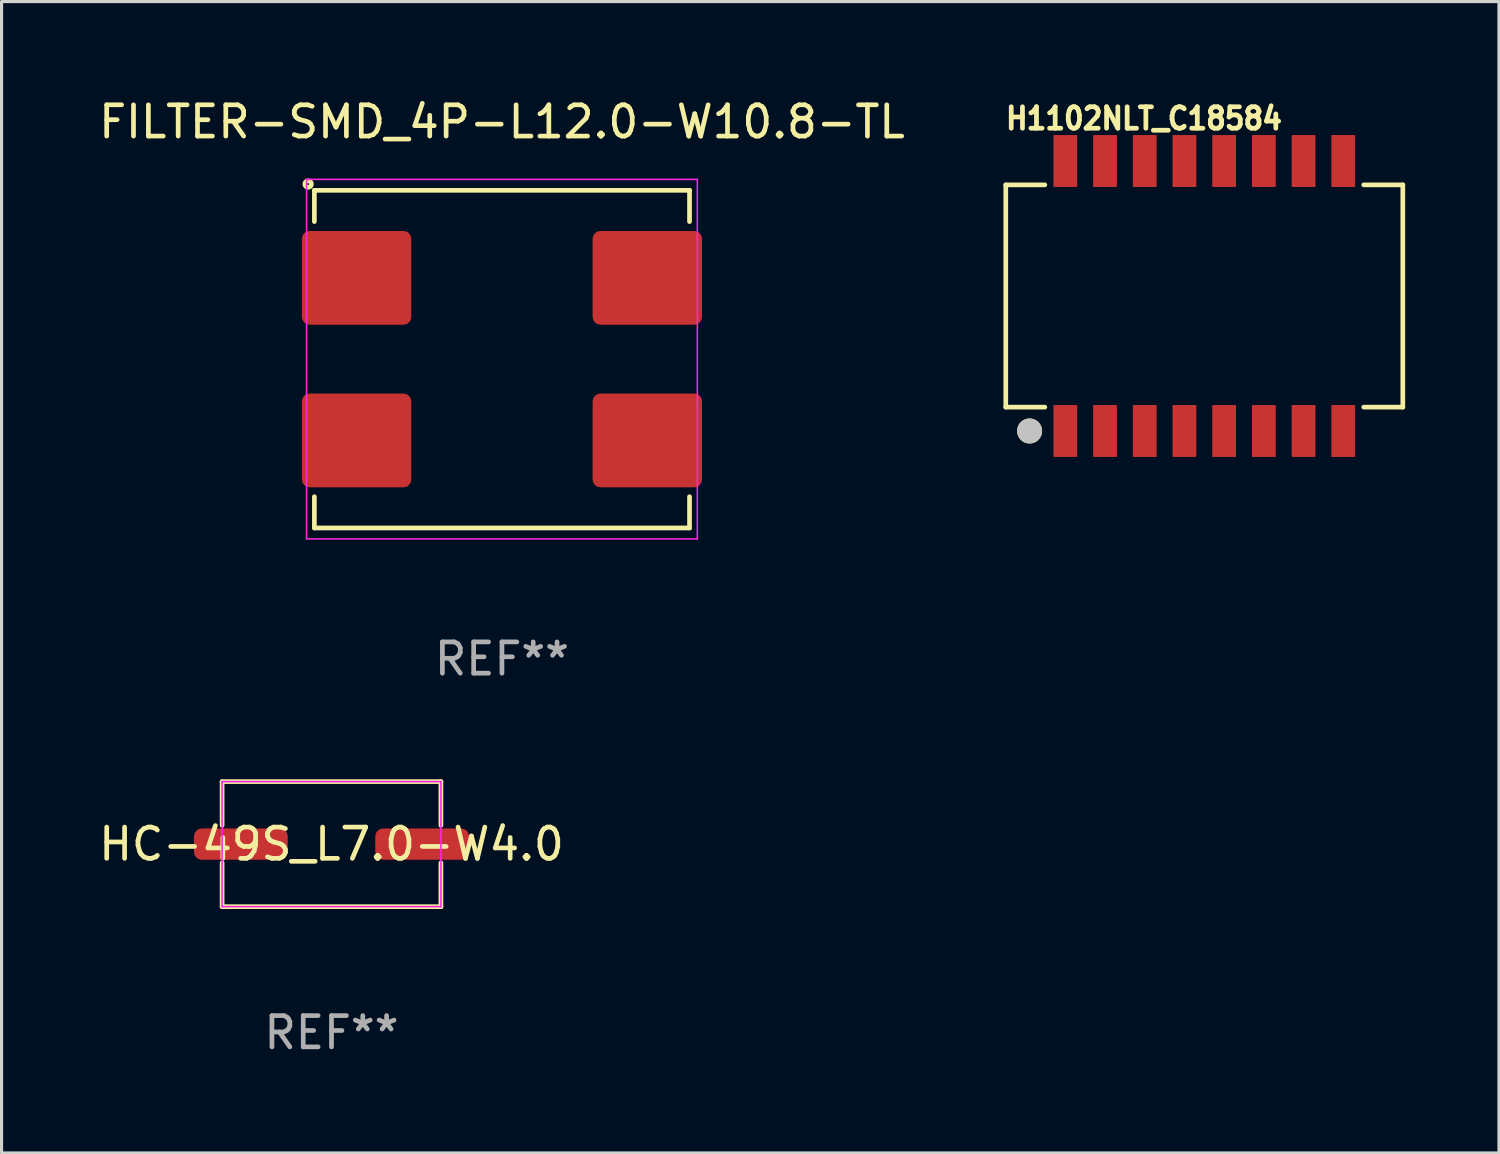
<source format=kicad_pcb>
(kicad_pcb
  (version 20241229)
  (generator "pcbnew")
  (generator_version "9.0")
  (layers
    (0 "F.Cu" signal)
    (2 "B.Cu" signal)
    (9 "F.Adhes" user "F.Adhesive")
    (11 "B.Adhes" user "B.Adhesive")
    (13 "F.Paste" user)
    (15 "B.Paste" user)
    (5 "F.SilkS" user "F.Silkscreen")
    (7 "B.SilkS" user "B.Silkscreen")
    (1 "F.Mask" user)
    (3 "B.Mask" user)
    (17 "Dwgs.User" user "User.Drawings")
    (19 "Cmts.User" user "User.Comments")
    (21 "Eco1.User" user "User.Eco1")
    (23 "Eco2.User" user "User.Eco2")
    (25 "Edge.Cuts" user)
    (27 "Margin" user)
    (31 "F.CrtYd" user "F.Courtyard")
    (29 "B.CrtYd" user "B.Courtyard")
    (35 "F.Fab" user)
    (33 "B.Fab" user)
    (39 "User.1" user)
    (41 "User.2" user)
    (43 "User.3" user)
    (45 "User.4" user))
  (footprint "HC-49S_L7.0-W4.0"
    (layer "F.Cu")
    (at 7.554 23.951)
    (property "Reference" "HC-49S_L7.0-W4.0" (at 0 0 0) (layer "F.SilkS") (effects (font (size 1 1) (thickness 0.15))))
    (attr smd)
    (fp_line (start -3.5 -2) (end 3.5 -2) (stroke (width 0.15) (type default)) (layer "F.SilkS"))
    (fp_line (start -3.5 -0.6) (end -3.5 -2) (stroke (width 0.15) (type default)) (layer "F.SilkS"))
    (fp_line (start -3.5 2) (end -3.5 0.6) (stroke (width 0.15) (type default)) (layer "F.SilkS"))
    (fp_line (start 3.5 -2) (end 3.5 -0.6) (stroke (width 0.15) (type default)) (layer "F.SilkS"))
    (fp_line (start 3.5 0.6) (end 3.5 2) (stroke (width 0.15) (type default)) (layer "F.SilkS"))
    (fp_line (start 3.5 2) (end -3.5 2) (stroke (width 0.15) (type default)) (layer "F.SilkS"))
    (fp_line (start -3.5 -2) (end 3.5 -2) (stroke (width 0.05) (type default)) (layer "F.CrtYd"))
    (fp_line (start -3.5 2) (end -3.5 -2) (stroke (width 0.05) (type default)) (layer "F.CrtYd"))
    (fp_line (start 3.5 -2) (end 3.5 2) (stroke (width 0.05) (type default)) (layer "F.CrtYd"))
    (fp_line (start 3.5 2) (end -3.5 2) (stroke (width 0.05) (type default)) (layer "F.CrtYd"))
    (fp_text user "REF**" (at 0 6.03 0) (layer "F.Fab") (effects (font (size 1 1) (thickness 0.15))))
    (pad "1" smd roundrect (at -2.9 0) (size 3 1) (layers "F.Cu" "F.Mask" "F.Paste") (roundrect_rratio 0.25))
    (pad "2" smd roundrect (at 2.9 0) (size 3 1) (layers "F.Cu" "F.Mask" "F.Paste") (roundrect_rratio 0.25)))
  (footprint "H1102NLT_C18584"
    (layer "F.Cu")
    (at 35.472 6.418)
    (property "Reference" "H1102NLT_C18584" (at -6.425 -5.275 0) (layer "F.SilkS") (effects (font (size 0.686 0.628) (thickness 0.152)) (justify left bottom)))
    (fp_line (start -6.35 3.555) (end -6.35 -3.555) (stroke (width 0.15) (type default)) (layer "F.SilkS"))
    (fp_line (start -5.1 -3.555) (end -6.35 -3.555) (stroke (width 0.15) (type default)) (layer "F.SilkS"))
    (fp_line (start -5.1 3.555) (end -6.35 3.555) (stroke (width 0.15) (type default)) (layer "F.SilkS"))
    (fp_line (start 6.35 -3.555) (end 5.1 -3.555) (stroke (width 0.15) (type default)) (layer "F.SilkS"))
    (fp_line (start 6.35 3.555) (end 5.1 3.555) (stroke (width 0.15) (type default)) (layer "F.SilkS"))
    (fp_line (start 6.35 3.555) (end 6.35 -3.555) (stroke (width 0.15) (type default)) (layer "F.SilkS"))
    (fp_circle (center -5.588 4.318) (end -5.388 4.318) (stroke (width 0.4) (type default)) (fill no) (layer "F.SilkS"))
    (fp_circle (center -5.588 4.318) (end -5.388 4.318) (stroke (width 0.4) (type default)) (fill no) (layer "Dwgs.User"))
    (fp_poly (pts (xy -4.7 -4.005) (xy -4.7 -4.765) (xy -4.19 -4.765) (xy -4.19 -4.005)) (stroke (width 0.1) (type default)) (fill no) (layer "User.1"))
    (fp_poly (pts (xy -4.7 -3.545) (xy -4.7 -4.015) (xy -4.19 -4.015) (xy -4.19 -3.545)) (stroke (width 0.1) (type default)) (fill no) (layer "User.1"))
    (fp_poly (pts (xy -4.7 4.015) (xy -4.7 3.545) (xy -4.19 3.545) (xy -4.19 4.015)) (stroke (width 0.1) (type default)) (fill no) (layer "User.1"))
    (fp_poly (pts (xy -4.7 4.765) (xy -4.7 4.005) (xy -4.19 4.005) (xy -4.19 4.765)) (stroke (width 0.1) (type default)) (fill no) (layer "User.1"))
    (fp_poly (pts (xy -3.43 -4.005) (xy -3.43 -4.765) (xy -2.92 -4.765) (xy -2.92 -4.005)) (stroke (width 0.1) (type default)) (fill no) (layer "User.1"))
    (fp_poly (pts (xy -3.43 -3.545) (xy -3.43 -4.015) (xy -2.92 -4.015) (xy -2.92 -3.545)) (stroke (width 0.1) (type default)) (fill no) (layer "User.1"))
    (fp_poly (pts (xy -3.43 4.015) (xy -3.43 3.545) (xy -2.92 3.545) (xy -2.92 4.015)) (stroke (width 0.1) (type default)) (fill no) (layer "User.1"))
    (fp_poly (pts (xy -3.43 4.765) (xy -3.43 4.005) (xy -2.92 4.005) (xy -2.92 4.765)) (stroke (width 0.1) (type default)) (fill no) (layer "User.1"))
    (fp_poly (pts (xy -2.16 -4.005) (xy -2.16 -4.765) (xy -1.65 -4.765) (xy -1.65 -4.005)) (stroke (width 0.1) (type default)) (fill no) (layer "User.1"))
    (fp_poly (pts (xy -2.16 -3.545) (xy -2.16 -4.015) (xy -1.65 -4.015) (xy -1.65 -3.545)) (stroke (width 0.1) (type default)) (fill no) (layer "User.1"))
    (fp_poly (pts (xy -2.16 4.015) (xy -2.16 3.545) (xy -1.65 3.545) (xy -1.65 4.015)) (stroke (width 0.1) (type default)) (fill no) (layer "User.1"))
    (fp_poly (pts (xy -2.16 4.765) (xy -2.16 4.005) (xy -1.65 4.005) (xy -1.65 4.765)) (stroke (width 0.1) (type default)) (fill no) (layer "User.1"))
    (fp_poly (pts (xy -0.89 -4.005) (xy -0.89 -4.765) (xy -0.38 -4.765) (xy -0.38 -4.005)) (stroke (width 0.1) (type default)) (fill no) (layer "User.1"))
    (fp_poly (pts (xy -0.89 -3.545) (xy -0.89 -4.015) (xy -0.38 -4.015) (xy -0.38 -3.545)) (stroke (width 0.1) (type default)) (fill no) (layer "User.1"))
    (fp_poly (pts (xy -0.89 4.015) (xy -0.89 3.545) (xy -0.38 3.545) (xy -0.38 4.015)) (stroke (width 0.1) (type default)) (fill no) (layer "User.1"))
    (fp_poly (pts (xy -0.89 4.765) (xy -0.89 4.005) (xy -0.38 4.005) (xy -0.38 4.765)) (stroke (width 0.1) (type default)) (fill no) (layer "User.1"))
    (fp_poly (pts (xy 0.38 -4.005) (xy 0.38 -4.765) (xy 0.89 -4.765) (xy 0.89 -4.005)) (stroke (width 0.1) (type default)) (fill no) (layer "User.1"))
    (fp_poly (pts (xy 0.38 -3.545) (xy 0.38 -4.015) (xy 0.89 -4.015) (xy 0.89 -3.545)) (stroke (width 0.1) (type default)) (fill no) (layer "User.1"))
    (fp_poly (pts (xy 0.38 4.015) (xy 0.38 3.545) (xy 0.89 3.545) (xy 0.89 4.015)) (stroke (width 0.1) (type default)) (fill no) (layer "User.1"))
    (fp_poly (pts (xy 0.38 4.765) (xy 0.38 4.005) (xy 0.89 4.005) (xy 0.89 4.765)) (stroke (width 0.1) (type default)) (fill no) (layer "User.1"))
    (fp_poly (pts (xy 1.65 -4.005) (xy 1.65 -4.765) (xy 2.16 -4.765) (xy 2.16 -4.005)) (stroke (width 0.1) (type default)) (fill no) (layer "User.1"))
    (fp_poly (pts (xy 1.65 -3.545) (xy 1.65 -4.015) (xy 2.16 -4.015) (xy 2.16 -3.545)) (stroke (width 0.1) (type default)) (fill no) (layer "User.1"))
    (fp_poly (pts (xy 1.65 4.015) (xy 1.65 3.545) (xy 2.16 3.545) (xy 2.16 4.015)) (stroke (width 0.1) (type default)) (fill no) (layer "User.1"))
    (fp_poly (pts (xy 1.65 4.765) (xy 1.65 4.005) (xy 2.16 4.005) (xy 2.16 4.765)) (stroke (width 0.1) (type default)) (fill no) (layer "User.1"))
    (fp_poly (pts (xy 2.92 -4.005) (xy 2.92 -4.765) (xy 3.43 -4.765) (xy 3.43 -4.005)) (stroke (width 0.1) (type default)) (fill no) (layer "User.1"))
    (fp_poly (pts (xy 2.92 -3.545) (xy 2.92 -4.015) (xy 3.43 -4.015) (xy 3.43 -3.545)) (stroke (width 0.1) (type default)) (fill no) (layer "User.1"))
    (fp_poly (pts (xy 2.92 4.015) (xy 2.92 3.545) (xy 3.43 3.545) (xy 3.43 4.015)) (stroke (width 0.1) (type default)) (fill no) (layer "User.1"))
    (fp_poly (pts (xy 2.92 4.765) (xy 2.92 4.005) (xy 3.43 4.005) (xy 3.43 4.765)) (stroke (width 0.1) (type default)) (fill no) (layer "User.1"))
    (fp_poly (pts (xy 4.19 -4.005) (xy 4.19 -4.765) (xy 4.7 -4.765) (xy 4.7 -4.005)) (stroke (width 0.1) (type default)) (fill no) (layer "User.1"))
    (fp_poly (pts (xy 4.19 -3.545) (xy 4.19 -4.015) (xy 4.7 -4.015) (xy 4.7 -3.545)) (stroke (width 0.1) (type default)) (fill no) (layer "User.1"))
    (fp_poly (pts (xy 4.19 4.015) (xy 4.19 3.545) (xy 4.7 3.545) (xy 4.7 4.015)) (stroke (width 0.1) (type default)) (fill no) (layer "User.1"))
    (fp_poly (pts (xy 4.19 4.765) (xy 4.19 4.005) (xy 4.7 4.005) (xy 4.7 4.765)) (stroke (width 0.1) (type default)) (fill no) (layer "User.1"))
    (fp_line (start -6.35 -3.555) (end 6.35 -3.555) (stroke (width 0.051) (type default)) (layer "User.2"))
    (fp_line (start -6.35 3.555) (end -6.35 -3.555) (stroke (width 0.051) (type default)) (layer "User.2"))
    (fp_line (start 6.35 -3.555) (end 6.35 3.555) (stroke (width 0.051) (type default)) (layer "User.2"))
    (fp_line (start 6.35 3.555) (end -6.35 3.555) (stroke (width 0.051) (type default)) (layer "User.2"))
    (fp_poly (pts (xy -6.29 4.765) (xy -6.308 4.723) (xy -6.35 4.705) (xy -6.392 4.723) (xy -6.41 4.765) (xy -6.392 4.807) (xy -6.35 4.825) (xy -6.308 4.807)) (stroke (width 0.1) (type default)) (fill no) (layer "User.3"))
    (pad "1" smd rect (at -4.445 4.318 180) (size 0.76 1.66) (layers "F.Cu" "F.Mask" "F.Paste"))
    (pad "2" smd rect (at -3.175 4.318 180) (size 0.76 1.66) (layers "F.Cu" "F.Mask" "F.Paste"))
    (pad "3" smd rect (at -1.905 4.318 180) (size 0.76 1.66) (layers "F.Cu" "F.Mask" "F.Paste"))
    (pad "4" smd rect (at -0.635 4.318 180) (size 0.76 1.66) (layers "F.Cu" "F.Mask" "F.Paste"))
    (pad "5" smd rect (at 0.635 4.318 180) (size 0.76 1.66) (layers "F.Cu" "F.Mask" "F.Paste"))
    (pad "6" smd rect (at 1.905 4.318 180) (size 0.76 1.66) (layers "F.Cu" "F.Mask" "F.Paste"))
    (pad "7" smd rect (at 3.175 4.318 180) (size 0.76 1.66) (layers "F.Cu" "F.Mask" "F.Paste"))
    (pad "8" smd rect (at 4.445 4.318 180) (size 0.76 1.66) (layers "F.Cu" "F.Mask" "F.Paste"))
    (pad "9" smd rect (at 4.445 -4.318 180) (size 0.76 1.66) (layers "F.Cu" "F.Mask" "F.Paste"))
    (pad "10" smd rect (at 3.175 -4.318 180) (size 0.76 1.66) (layers "F.Cu" "F.Mask" "F.Paste"))
    (pad "11" smd rect (at 1.905 -4.318 180) (size 0.76 1.66) (layers "F.Cu" "F.Mask" "F.Paste"))
    (pad "12" smd rect (at 0.635 -4.318 180) (size 0.76 1.66) (layers "F.Cu" "F.Mask" "F.Paste"))
    (pad "13" smd rect (at -0.635 -4.318 180) (size 0.76 1.66) (layers "F.Cu" "F.Mask" "F.Paste"))
    (pad "14" smd rect (at -1.905 -4.318 180) (size 0.76 1.66) (layers "F.Cu" "F.Mask" "F.Paste"))
    (pad "15" smd rect (at -3.175 -4.318 180) (size 0.76 1.66) (layers "F.Cu" "F.Mask" "F.Paste"))
    (pad "16" smd rect (at -4.445 -4.318 180) (size 0.76 1.66) (layers "F.Cu" "F.Mask" "F.Paste")))
  (footprint "FILTER-SMD_4P-L12.0-W10.8-TL"
    (layer "F.Cu")
    (at 13.006 8.438)
    (property "Reference" "FILTER-SMD_4P-L12.0-W10.8-TL" (at 0 -7.59 0) (layer "F.SilkS") (effects (font (size 1 1) (thickness 0.15))))
    (attr smd)
    (fp_line (start -6 -5.4) (end 6 -5.4) (stroke (width 0.15) (type default)) (layer "F.SilkS"))
    (fp_line (start -6 -4.4) (end -6 -5.4) (stroke (width 0.15) (type default)) (layer "F.SilkS"))
    (fp_line (start -6 5.4) (end -6 4.4) (stroke (width 0.15) (type default)) (layer "F.SilkS"))
    (fp_line (start -6 5.4) (end 6 5.4) (stroke (width 0.15) (type default)) (layer "F.SilkS"))
    (fp_line (start 6 -4.4) (end 6 -5.4) (stroke (width 0.15) (type default)) (layer "F.SilkS"))
    (fp_line (start 6 5.4) (end 6 4.4) (stroke (width 0.15) (type default)) (layer "F.SilkS"))
    (fp_circle (center -6.2 -5.6) (end -6.17 -5.6) (stroke (width 0.15) (type solid)) (fill no) (layer "F.SilkS"))
    (fp_line (start -6.25 -5.75) (end 6.25 -5.75) (stroke (width 0.05) (type default)) (layer "F.CrtYd"))
    (fp_line (start -6.25 5.75) (end -6.25 -5.75) (stroke (width 0.05) (type default)) (layer "F.CrtYd"))
    (fp_line (start 6.25 -5.75) (end 6.25 5.75) (stroke (width 0.05) (type default)) (layer "F.CrtYd"))
    (fp_line (start 6.25 5.75) (end -6.25 5.75) (stroke (width 0.05) (type default)) (layer "F.CrtYd"))
    (fp_text user "REF**" (at 0 9.59 0) (layer "F.Fab") (effects (font (size 1 1) (thickness 0.15))))
    (pad "1" smd roundrect (at -4.65 -2.6) (size 3.5 3) (layers "F.Cu" "F.Mask" "F.Paste") (roundrect_rratio 0.083))
    (pad "2" smd roundrect (at -4.65 2.6) (size 3.5 3) (layers "F.Cu" "F.Mask" "F.Paste") (roundrect_rratio 0.083))
    (pad "3" smd roundrect (at 4.65 2.6) (size 3.5 3) (layers "F.Cu" "F.Mask" "F.Paste") (roundrect_rratio 0.083))
    (pad "4" smd roundrect (at 4.65 -2.6) (size 3.5 3) (layers "F.Cu" "F.Mask" "F.Paste") (roundrect_rratio 0.083)))
  (gr_rect
    (start -3 -3)
    (end 44.897 33.83)
    (stroke (width 0.1) (type default))
    (fill no)
    (layer "Edge.Cuts")))
</source>
